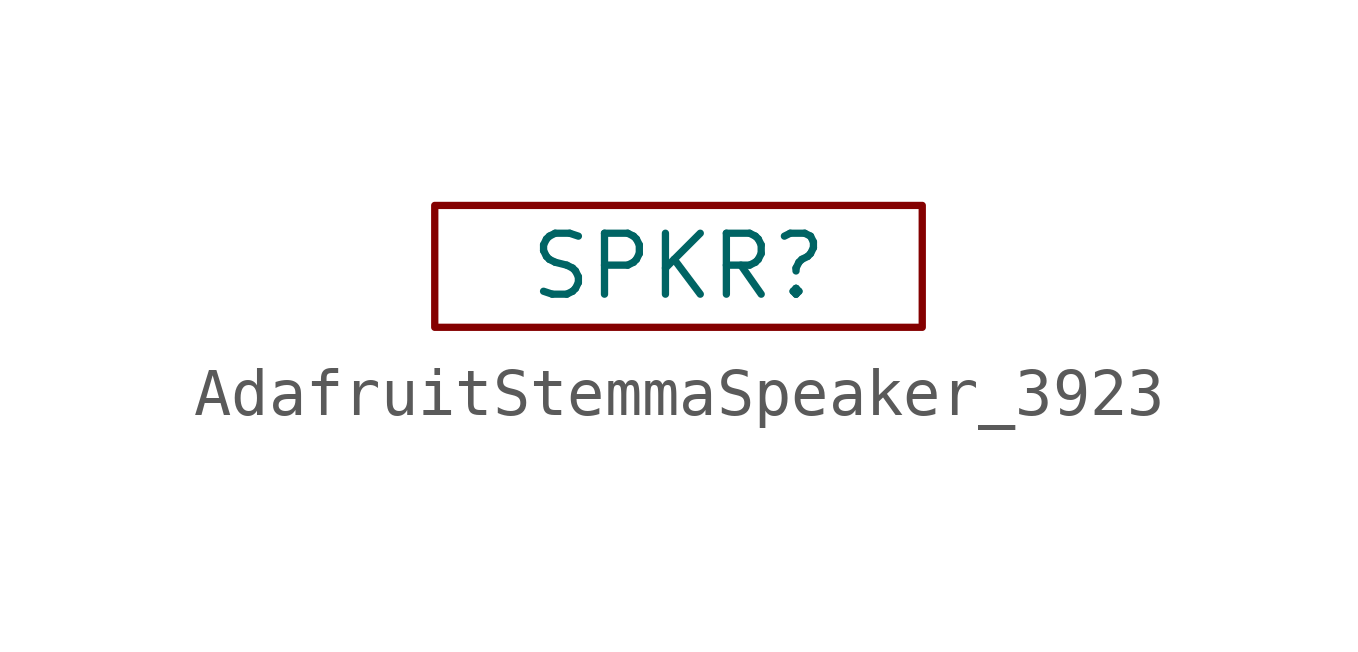
<source format=kicad_sym>
(kicad_symbol_lib
  (version 20220914)
  (generator kicad_symbol_editor)
  (symbol "AdafruitStemmaSpeaker_3923"
    (property "Reference" "SPKR"
      (at 0 1.27 0)
      (effects (font (size 1.27 1.27))))
    (property "Value" ""
      (at 0 0 0)
      (effects (font (size 1.27 1.27))))
    (symbol "AdafruitStemmaSpeaker_3923_0_1"
      (rectangle (start -5.08 2.54) (end 5.08 0) (stroke (width 0) (type default)) (fill (type none))))))
</source>
